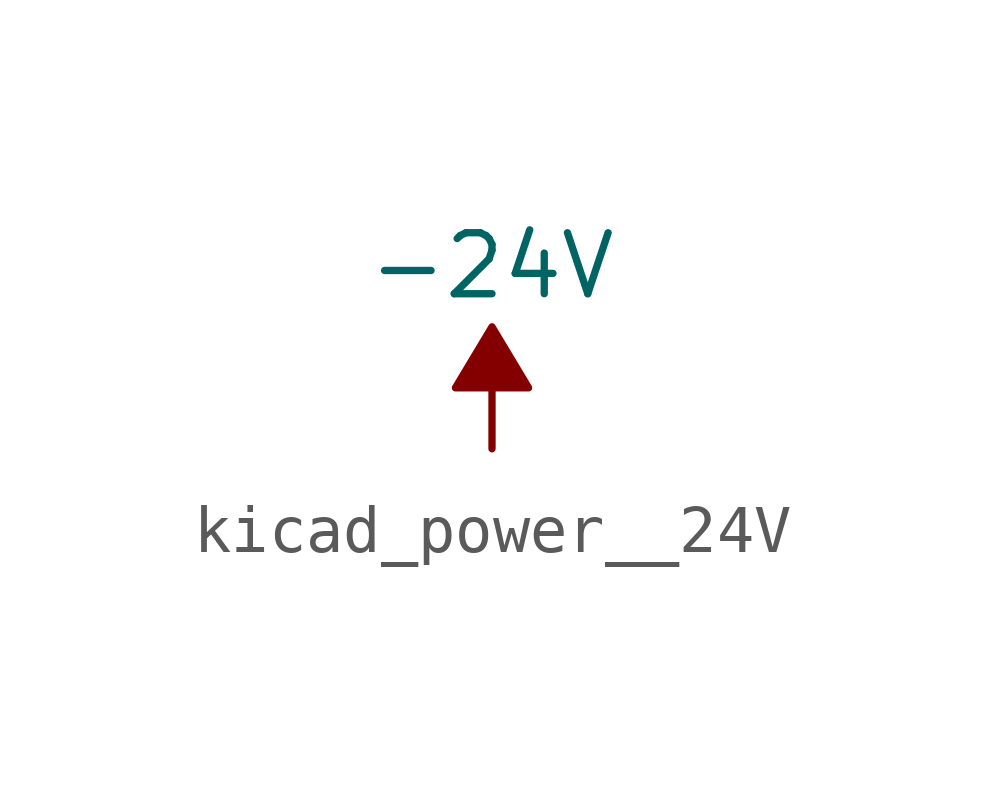
<source format=kicad_sym>
(kicad_symbol_lib
  (version 20220914)
  (generator kicad_symbol_editor)
  (symbol "kicad_power__24V"
    (power)
    (pin_names
      (offset 0))
    (property "Reference" "#PWR"
      (at 0 2.54 0)
      (effects (font (size 1.27 1.27)) hide))
    (property "Value" "-24V"
      (at 0 3.81 0)
      (effects (font (size 1.27 1.27))))
    (symbol "kicad_power__24V_0_0"
      (pin power_in line (at 0 0 90) (length 0) hide (name "-24V" (effects (font (size 1.27 1.27)))) (number "1" (effects (font (size 1.27 1.27))))))
    (symbol "kicad_power__24V_0_1"
      (polyline (pts (xy 0 0) (xy 0 1.27) (xy 0.762 1.27) (xy 0 2.54) (xy -0.762 1.27) (xy 0 1.27)) (stroke (width 0) (type default)) (fill (type outline))))))
</source>
